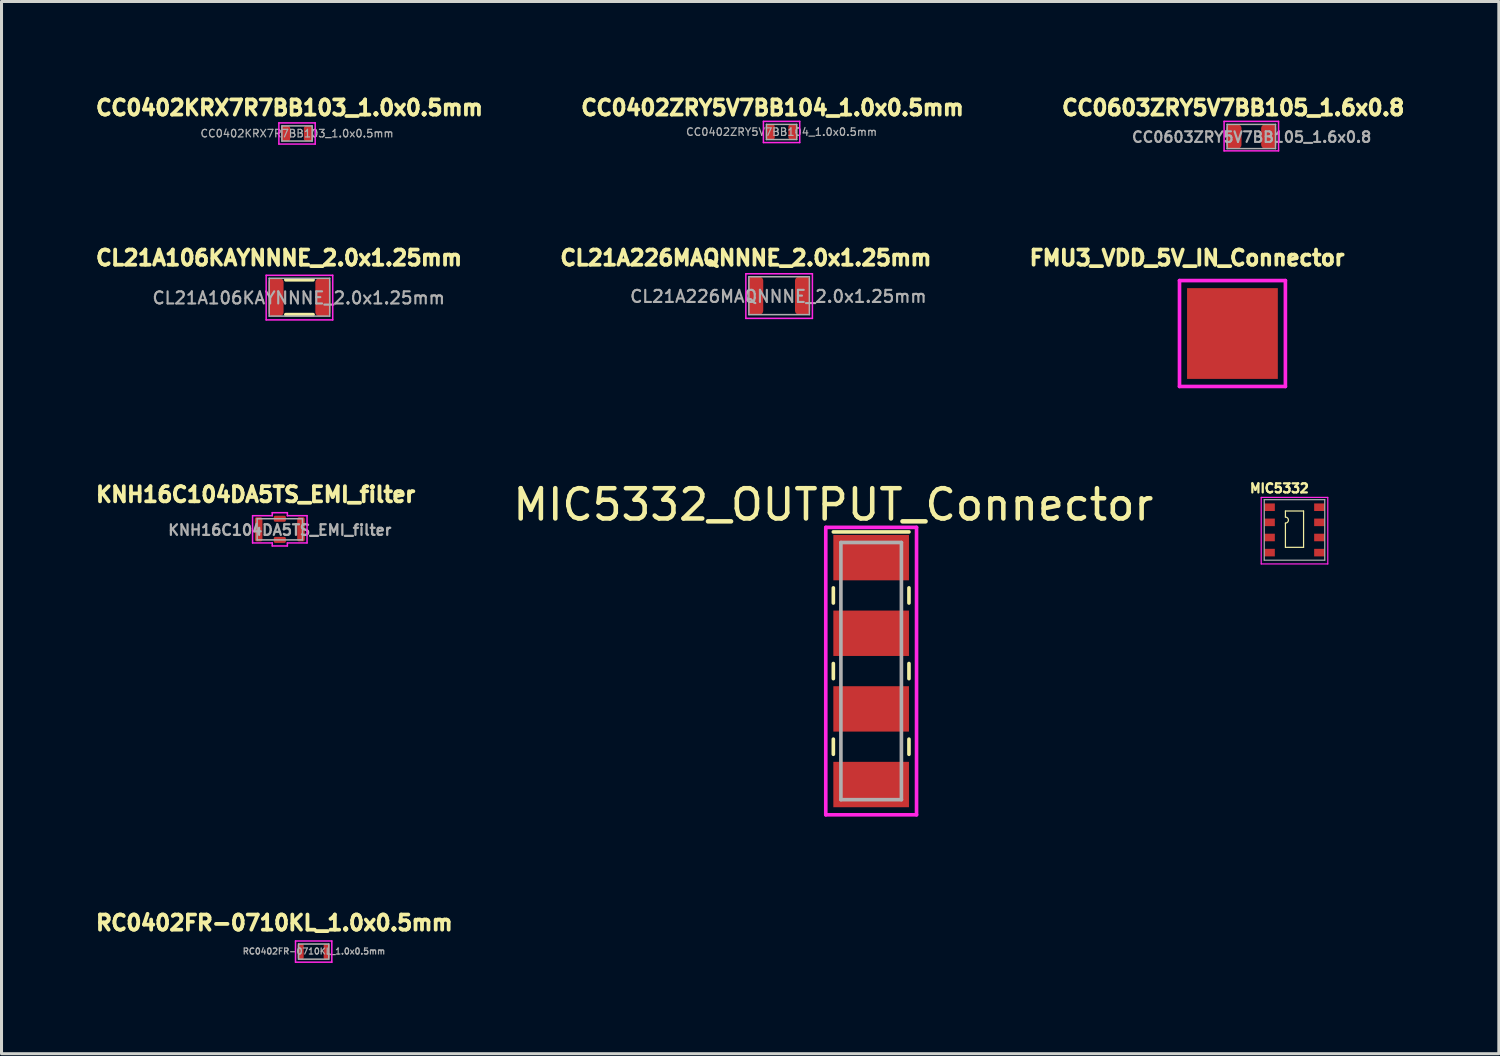
<source format=kicad_pcb>
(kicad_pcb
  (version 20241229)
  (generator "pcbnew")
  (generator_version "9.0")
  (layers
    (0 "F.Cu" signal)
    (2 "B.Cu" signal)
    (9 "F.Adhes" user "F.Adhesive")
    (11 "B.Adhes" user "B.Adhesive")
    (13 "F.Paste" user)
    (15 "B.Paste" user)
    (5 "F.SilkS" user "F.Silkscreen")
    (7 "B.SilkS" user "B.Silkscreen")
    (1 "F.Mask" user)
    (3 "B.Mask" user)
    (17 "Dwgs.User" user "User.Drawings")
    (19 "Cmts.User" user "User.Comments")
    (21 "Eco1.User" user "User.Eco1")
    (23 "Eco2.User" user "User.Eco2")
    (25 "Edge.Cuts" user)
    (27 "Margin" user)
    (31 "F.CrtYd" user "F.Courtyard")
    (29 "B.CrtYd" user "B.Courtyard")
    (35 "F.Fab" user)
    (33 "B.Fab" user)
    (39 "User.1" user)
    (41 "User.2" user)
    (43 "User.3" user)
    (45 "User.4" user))
  (footprint "CL21A226MAQNNNE_2.0x1.25mm"
    (layer "F.Cu")
    (at 21.603 5.999)
    (property "Reference" "CL21A226MAQNNNE_2.0x1.25mm" (at 0 -0.525 0) (layer "F.SilkS") (effects (font (size 0.5 0.5) (thickness 0.125))))
    (attr through_hole)
    (fp_line (start 0 0) (end 0 1.475) (stroke (width 0.05) (type solid)) (layer "F.CrtYd"))
    (fp_line (start 0 1.475) (end 2.2 1.475) (stroke (width 0.05) (type solid)) (layer "F.CrtYd"))
    (fp_line (start 2.2 0) (end 0 0) (stroke (width 0.05) (type solid)) (layer "F.CrtYd"))
    (fp_line (start 2.2 1.475) (end 2.2 0) (stroke (width 0.05) (type solid)) (layer "F.CrtYd"))
    (fp_line (start 0.1 0.1) (end 0.1 1.35) (stroke (width 0.05) (type solid)) (layer "F.Fab"))
    (fp_line (start 0.1 0.1) (end 2.1 0.1) (stroke (width 0.05) (type solid)) (layer "F.Fab"))
    (fp_line (start 0.1 1.35) (end 2.1 1.35) (stroke (width 0.05) (type solid)) (layer "F.Fab"))
    (fp_line (start 2.1 0.1) (end 2.1 1.35) (stroke (width 0.05) (type solid)) (layer "F.Fab"))
    (fp_text user "${REFERENCE}" (at 1.075 0.75 0) (layer "F.Fab") (effects (font (size 0.4 0.4) (thickness 0.07))))
    (pad "1" smd roundrect (at 0.325 0.725) (size 0.5 1.25) (layers "F.Cu" "F.Mask" "F.Paste") (roundrect_rratio 0.25))
    (pad "2" smd roundrect (at 1.875 0.725) (size 0.5 1.25) (layers "F.Cu" "F.Mask" "F.Paste") (roundrect_rratio 0.25)))
  (footprint "KNH16C104DA5TS_EMI_filter"
    (layer "F.Cu")
    (at 5.449 14.096)
    (property "Reference" "KNH16C104DA5TS_EMI_filter" (at -0.05 -0.8 0) (layer "F.SilkS") (effects (font (size 0.5 0.5) (thickness 0.125))))
    (attr through_hole)
    (fp_line (start -0.15 -0.1) (end -0.15 0.8) (stroke (width 0.05) (type solid)) (layer "F.CrtYd"))
    (fp_line (start -0.15 -0.1) (end 0.5 -0.1) (stroke (width 0.05) (type solid)) (layer "F.CrtYd"))
    (fp_line (start 0.5 -0.2) (end 0.5 -0.1) (stroke (width 0.05) (type solid)) (layer "F.CrtYd"))
    (fp_line (start 0.5 0.8) (end -0.15 0.8) (stroke (width 0.05) (type solid)) (layer "F.CrtYd"))
    (fp_line (start 0.5 0.8) (end 0.5 0.9) (stroke (width 0.05) (type solid)) (layer "F.CrtYd"))
    (fp_line (start 0.5 0.9) (end 1 0.9) (stroke (width 0.05) (type solid)) (layer "F.CrtYd"))
    (fp_line (start 1 -0.2) (end 0.5 -0.2) (stroke (width 0.05) (type solid)) (layer "F.CrtYd"))
    (fp_line (start 1 -0.1) (end 1 -0.2) (stroke (width 0.05) (type solid)) (layer "F.CrtYd"))
    (fp_line (start 1 -0.1) (end 1.65 -0.1) (stroke (width 0.05) (type solid)) (layer "F.CrtYd"))
    (fp_line (start 1 0.9) (end 1 0.8) (stroke (width 0.05) (type solid)) (layer "F.CrtYd"))
    (fp_line (start 1.65 0.8) (end 1 0.8) (stroke (width 0.05) (type solid)) (layer "F.CrtYd"))
    (fp_line (start 1.65 0.8) (end 1.65 -0.1) (stroke (width 0.05) (type solid)) (layer "F.CrtYd"))
    (fp_line (start 0 0) (end 0 0.7) (stroke (width 0.05) (type solid)) (layer "F.Fab"))
    (fp_line (start 0 0) (end 1.5 0) (stroke (width 0.05) (type solid)) (layer "F.Fab"))
    (fp_line (start 0 0.7) (end 1.5 0.7) (stroke (width 0.05) (type solid)) (layer "F.Fab"))
    (fp_line (start 1.5 0.7) (end 1.5 0) (stroke (width 0.05) (type solid)) (layer "F.Fab"))
    (fp_text user "${REFERENCE}" (at 0.75 0.375 0) (layer "F.Fab") (effects (font (size 0.35 0.35) (thickness 0.075))))
    (pad "1" smd roundrect (at 0.05 0.35) (size 0.25 0.8) (layers "F.Cu" "F.Mask" "F.Paste") (roundrect_rratio 0.24))
    (pad "2" smd roundrect (at 0.75 0.7) (size 0.4 0.2) (layers "F.Cu" "F.Mask" "F.Paste") (roundrect_rratio 0.25))
    (pad "3" smd roundrect (at 1.45 0.35) (size 0.25 0.8) (layers "F.Cu" "F.Mask" "F.Paste") (roundrect_rratio 0.24))
    (pad "4" smd roundrect (at 0.75 0) (size 0.4 0.2) (layers "F.Cu" "F.Mask" "F.Paste") (roundrect_rratio 0.25)))
  (footprint "CC0603ZRY5V7BB105_1.6x0.8"
    (layer "F.Cu")
    (at 37.511 1.062)
    (property "Reference" "CC0603ZRY5V7BB105_1.6x0.8" (at 0.2 -0.55 0) (layer "F.SilkS") (effects (font (size 0.5 0.5) (thickness 0.125))))
    (attr through_hole)
    (fp_line (start -0.1 -0.1) (end -0.1 0.875) (stroke (width 0.05) (type solid)) (layer "F.CrtYd"))
    (fp_line (start -0.1 0.875) (end 1.7 0.875) (stroke (width 0.05) (type solid)) (layer "F.CrtYd"))
    (fp_line (start 1.7 -0.1) (end -0.1 -0.1) (stroke (width 0.05) (type solid)) (layer "F.CrtYd"))
    (fp_line (start 1.7 0.875) (end 1.7 -0.1) (stroke (width 0.05) (type solid)) (layer "F.CrtYd"))
    (fp_line (start 0 0) (end 0 0.8) (stroke (width 0.05) (type solid)) (layer "F.Fab"))
    (fp_line (start 0 0) (end 1.6 0) (stroke (width 0.05) (type solid)) (layer "F.Fab"))
    (fp_line (start 0 0.8) (end 1.6 0.8) (stroke (width 0.05) (type solid)) (layer "F.Fab"))
    (fp_line (start 1.6 0.8) (end 1.6 0) (stroke (width 0.05) (type solid)) (layer "F.Fab"))
    (fp_text user "${REFERENCE}" (at 0.81 0.42 0) (layer "F.Fab") (effects (font (size 0.35 0.35) (thickness 0.07))))
    (pad "1" smd roundrect (at 0.225 0.4) (size 0.5 0.8) (layers "F.Cu" "F.Mask" "F.Paste") (roundrect_rratio 0.25))
    (pad "2" smd roundrect (at 1.375 0.4) (size 0.5 0.8) (layers "F.Cu" "F.Mask" "F.Paste") (roundrect_rratio 0.25)))
  (footprint "CC0402ZRY5V7BB104_1.0x0.5mm"
    (layer "F.Cu")
    (at 22.284 1.062)
    (property "Reference" "CC0402ZRY5V7BB104_1.0x0.5mm" (at 0.2 -0.55 0) (layer "F.SilkS") (effects (font (size 0.5 0.5) (thickness 0.125))))
    (attr through_hole)
    (fp_line (start -0.1 -0.1) (end -0.1 0.6) (stroke (width 0.05) (type solid)) (layer "F.CrtYd"))
    (fp_line (start -0.1 0.6) (end 1.1 0.6) (stroke (width 0.05) (type solid)) (layer "F.CrtYd"))
    (fp_line (start 1.1 -0.1) (end -0.1 -0.1) (stroke (width 0.05) (type solid)) (layer "F.CrtYd"))
    (fp_line (start 1.1 0.6) (end 1.1 -0.1) (stroke (width 0.05) (type solid)) (layer "F.CrtYd"))
    (fp_line (start 0 0) (end 0 0.5) (stroke (width 0.05) (type solid)) (layer "F.Fab"))
    (fp_line (start 0 0) (end 1 0) (stroke (width 0.05) (type solid)) (layer "F.Fab"))
    (fp_line (start 1 0) (end 1 0.5) (stroke (width 0.05) (type solid)) (layer "F.Fab"))
    (fp_line (start 1 0.5) (end 0 0.5) (stroke (width 0.05) (type solid)) (layer "F.Fab"))
    (fp_text user "${REFERENCE}" (at 0.5 0.25 0) (layer "F.Fab") (effects (font (size 0.25 0.25) (thickness 0.04))))
    (pad "1" smd roundrect (at 0.125 0.25) (size 0.3 0.5) (layers "F.Cu" "F.Mask" "F.Paste") (roundrect_rratio 0.25))
    (pad "2" smd roundrect (at 0.875 0.25) (size 0.3 0.5) (layers "F.Cu" "F.Mask" "F.Paste") (roundrect_rratio 0.25)))
  (footprint "MIC5332"
    (layer "F.Cu")
    (at 38.738 13.591)
    (property "Reference" "MIC5332" (at 0.5 -0.5 0) (layer "F.SilkS") (effects (font (size 0.3 0.3) (thickness 0.075))))
    (attr through_hole)
    (fp_line (start 0.7 0.25) (end 0.7 0.45) (stroke (width 0.04) (type solid)) (layer "F.SilkS"))
    (fp_line (start 0.7 0.65) (end 0.7 1.45) (stroke (width 0.04) (type solid)) (layer "F.SilkS"))
    (fp_line (start 0.7 1.45) (end 1.3 1.45) (stroke (width 0.04) (type solid)) (layer "F.SilkS"))
    (fp_line (start 1.3 0.25) (end 0.7 0.25) (stroke (width 0.04) (type solid)) (layer "F.SilkS"))
    (fp_line (start 1.3 1.45) (end 1.3 0.25) (stroke (width 0.04) (type solid)) (layer "F.SilkS"))
    (fp_arc (start 0.7 0.45) (mid 0.8 0.55) (end 0.7 0.65) (stroke (width 0.04) (type solid)) (layer "F.SilkS"))
    (fp_line (start -0.1 -0.2) (end -0.1 2) (stroke (width 0.04) (type solid)) (layer "F.CrtYd"))
    (fp_line (start -0.1 2) (end 2.1 2) (stroke (width 0.04) (type solid)) (layer "F.CrtYd"))
    (fp_line (start 2.1 -0.2) (end -0.1 -0.2) (stroke (width 0.04) (type solid)) (layer "F.CrtYd"))
    (fp_line (start 2.1 2) (end 2.1 -0.2) (stroke (width 0.04) (type solid)) (layer "F.CrtYd"))
    (fp_line (start 0 -0.125) (end 2 -0.125) (stroke (width 0.04) (type solid)) (layer "F.Fab"))
    (fp_line (start 0 1.875) (end 0 -0.125) (stroke (width 0.04) (type solid)) (layer "F.Fab"))
    (fp_line (start 2 -0.125) (end 2 1.875) (stroke (width 0.04) (type solid)) (layer "F.Fab"))
    (fp_line (start 2 1.875) (end 0 1.875) (stroke (width 0.04) (type solid)) (layer "F.Fab"))
    (pad "1" smd trapezoid (at 0.175 0.125 270) (size 0.25 0.35) (layers "F.Cu" "F.Mask" "F.Paste"))
    (pad "2" smd trapezoid (at 0.175 0.625 90) (size 0.25 0.35) (layers "F.Cu" "F.Mask" "F.Paste"))
    (pad "3" smd trapezoid (at 0.175 1.125 90) (size 0.25 0.35) (layers "F.Cu" "F.Mask" "F.Paste"))
    (pad "4" smd trapezoid (at 0.175 1.625 90) (size 0.25 0.35) (layers "F.Cu" "F.Mask" "F.Paste"))
    (pad "5" smd trapezoid (at 1.825 1.625 90) (size 0.25 0.35) (layers "F.Cu" "F.Mask" "F.Paste"))
    (pad "6" smd trapezoid (at 1.825 1.125 90) (size 0.25 0.35) (layers "F.Cu" "F.Mask" "F.Paste"))
    (pad "7" smd trapezoid (at 1.825 0.625 90) (size 0.25 0.35) (layers "F.Cu" "F.Mask" "F.Paste"))
    (pad "8" smd trapezoid (at 1.825 0.125 90) (size 0.25 0.35) (layers "F.Cu" "F.Mask" "F.Paste")))
  (footprint "CL21A106KAYNNNE_2.0x1.25mm"
    (layer "F.Cu")
    (at 5.848 6.149)
    (property "Reference" "CL21A106KAYNNNE_2.0x1.25mm" (at 0.325 -0.675 0) (layer "F.SilkS") (effects (font (size 0.5 0.5) (thickness 0.125))))
    (attr through_hole)
    (fp_line (start 0.55 0.05) (end 1.45 0.05) (stroke (width 0.12) (type solid)) (layer "F.SilkS"))
    (fp_line (start 1.45 1.2) (end 0.55 1.2) (stroke (width 0.12) (type solid)) (layer "F.SilkS"))
    (fp_line (start -0.1 -0.1) (end -0.1 1.375) (stroke (width 0.05) (type solid)) (layer "F.CrtYd"))
    (fp_line (start -0.1 1.375) (end 2.1 1.375) (stroke (width 0.05) (type solid)) (layer "F.CrtYd"))
    (fp_line (start 2.1 -0.1) (end -0.1 -0.1) (stroke (width 0.05) (type solid)) (layer "F.CrtYd"))
    (fp_line (start 2.1 1.375) (end 2.1 -0.1) (stroke (width 0.05) (type solid)) (layer "F.CrtYd"))
    (fp_line (start 0 0) (end 0 1.25) (stroke (width 0.05) (type solid)) (layer "F.Fab"))
    (fp_line (start 0 0) (end 2 0) (stroke (width 0.05) (type solid)) (layer "F.Fab"))
    (fp_line (start 0 1.25) (end 2 1.25) (stroke (width 0.05) (type solid)) (layer "F.Fab"))
    (fp_line (start 2 0) (end 2 1.25) (stroke (width 0.05) (type solid)) (layer "F.Fab"))
    (fp_text user "${REFERENCE}" (at 0.975 0.65 0) (layer "F.Fab") (effects (font (size 0.4 0.4) (thickness 0.07))))
    (pad "1" smd roundrect (at 0.225 0.625) (size 0.5 1.25) (layers "F.Cu" "F.Mask" "F.Paste") (roundrect_rratio 0.25))
    (pad "2" smd roundrect (at 1.775 0.625) (size 0.5 1.25) (layers "F.Cu" "F.Mask" "F.Paste") (roundrect_rratio 0.25)))
  (footprint "FMU3_VDD_5V_IN_Connector"
    (layer "F.Cu")
    (at 36.187 6.474)
    (property "Reference" "FMU3_VDD_5V_IN_Connector" (at 0 -1 0) (layer "F.SilkS") (effects (font (size 0.5 0.5) (thickness 0.125))))
    (attr through_hole)
    (fp_line (start -0.25 -0.25) (end -0.25 3.25) (stroke (width 0.12) (type solid)) (layer "F.CrtYd"))
    (fp_line (start -0.25 3.25) (end 3.25 3.25) (stroke (width 0.12) (type solid)) (layer "F.CrtYd"))
    (fp_line (start 3.25 -0.25) (end -0.25 -0.25) (stroke (width 0.12) (type solid)) (layer "F.CrtYd"))
    (fp_line (start 3.25 3.25) (end 3.25 -0.25) (stroke (width 0.12) (type solid)) (layer "F.CrtYd"))
    (pad "1" smd rect (at 1.5 1.5) (size 3 3) (layers "F.Cu" "F.Mask" "F.Paste")))
  (footprint "CC0402KRX7R7BB103_1.0x0.5mm"
    (layer "F.Cu")
    (at 6.168 1.012)
    (property "Reference" "CC0402KRX7R7BB103_1.0x0.5mm" (at 0.35 -0.5 0) (layer "F.SilkS") (effects (font (size 0.5 0.5) (thickness 0.125))))
    (attr through_hole)
    (fp_line (start 0 0) (end 0 0.7) (stroke (width 0.05) (type solid)) (layer "F.CrtYd"))
    (fp_line (start 0 0.7) (end 1.2 0.7) (stroke (width 0.05) (type solid)) (layer "F.CrtYd"))
    (fp_line (start 1.2 0) (end 0 0) (stroke (width 0.05) (type solid)) (layer "F.CrtYd"))
    (fp_line (start 1.2 0.7) (end 1.2 0) (stroke (width 0.05) (type solid)) (layer "F.CrtYd"))
    (fp_line (start 0.1 0.1) (end 0.1 0.6) (stroke (width 0.05) (type solid)) (layer "F.Fab"))
    (fp_line (start 0.1 0.1) (end 1.1 0.1) (stroke (width 0.05) (type solid)) (layer "F.Fab"))
    (fp_line (start 1.1 0.1) (end 1.1 0.6) (stroke (width 0.05) (type solid)) (layer "F.Fab"))
    (fp_line (start 1.1 0.6) (end 0.1 0.6) (stroke (width 0.05) (type solid)) (layer "F.Fab"))
    (fp_text user "${REFERENCE}" (at 0.6 0.35 0) (layer "F.Fab") (effects (font (size 0.25 0.25) (thickness 0.04))))
    (pad "1" smd roundrect (at 0.225 0.35) (size 0.3 0.5) (layers "F.Cu" "F.Mask" "F.Paste") (roundrect_rratio 0.25))
    (pad "2" smd roundrect (at 0.975 0.35) (size 0.3 0.5) (layers "F.Cu" "F.Mask" "F.Paste") (roundrect_rratio 0.25)))
  (footprint "MIC5332_OUTPUT_Connector"
    (layer "F.Cu")
    (at 25.745 17.882)
    (property "Reference" "MIC5332_OUTPUT_Connector" (at -1.25 -4.25 0) (layer "F.SilkS") (effects (font (size 1 1) (thickness 0.15))))
    (attr through_hole)
    (fp_line (start -1.25 -3.35) (end 1.25 -3.35) (stroke (width 0.12) (type solid)) (layer "F.SilkS"))
    (fp_line (start -1.25 -1.5) (end -1.25 -1) (stroke (width 0.12) (type solid)) (layer "F.SilkS"))
    (fp_line (start -1.25 1) (end -1.25 1.5) (stroke (width 0.12) (type solid)) (layer "F.SilkS"))
    (fp_line (start -1.25 3.5) (end -1.25 4) (stroke (width 0.12) (type solid)) (layer "F.SilkS"))
    (fp_line (start 1.25 -1.5) (end 1.25 -1) (stroke (width 0.12) (type solid)) (layer "F.SilkS"))
    (fp_line (start 1.25 1) (end 1.25 1.5) (stroke (width 0.12) (type solid)) (layer "F.SilkS"))
    (fp_line (start 1.25 3.5) (end 1.25 4) (stroke (width 0.12) (type solid)) (layer "F.SilkS"))
    (fp_line (start -1.5 -3.5) (end -1.5 6) (stroke (width 0.12) (type solid)) (layer "F.CrtYd"))
    (fp_line (start -1.5 6) (end 1.5 6) (stroke (width 0.12) (type solid)) (layer "F.CrtYd"))
    (fp_line (start 1.5 -3.5) (end -1.5 -3.5) (stroke (width 0.12) (type solid)) (layer "F.CrtYd"))
    (fp_line (start 1.5 6) (end 1.5 -3.5) (stroke (width 0.12) (type solid)) (layer "F.CrtYd"))
    (fp_line (start -1 -3) (end -1 5.5) (stroke (width 0.12) (type solid)) (layer "F.Fab"))
    (fp_line (start -1 5.5) (end 1 5.5) (stroke (width 0.12) (type solid)) (layer "F.Fab"))
    (fp_line (start 1 -3) (end -1 -3) (stroke (width 0.12) (type solid)) (layer "F.Fab"))
    (fp_line (start 1 5.5) (end 1 -3) (stroke (width 0.12) (type solid)) (layer "F.Fab"))
    (pad "1" smd rect (at 0 -2.5) (size 2.5 1.5) (layers "F.Cu" "F.Mask" "F.Paste"))
    (pad "2" smd rect (at 0 0) (size 2.5 1.5) (layers "F.Cu" "F.Mask" "F.Paste"))
    (pad "3" smd rect (at 0 2.5) (size 2.5 1.5) (layers "F.Cu" "F.Mask" "F.Paste"))
    (pad "4" smd rect (at 0 5) (size 2.5 1.5) (layers "F.Cu" "F.Mask" "F.Paste")))
  (footprint "RC0402FR-0710KL_1.0x0.5mm"
    (layer "F.Cu")
    (at 6.818 28.154)
    (property "Reference" "RC0402FR-0710KL_1.0x0.5mm" (at -0.8 -0.7 0) (layer "F.SilkS") (effects (font (size 0.5 0.5) (thickness 0.125))))
    (attr through_hole)
    (fp_line (start -0.1 -0.1) (end -0.1 0.6) (stroke (width 0.05) (type solid)) (layer "F.CrtYd"))
    (fp_line (start -0.1 0.6) (end 1.1 0.6) (stroke (width 0.05) (type solid)) (layer "F.CrtYd"))
    (fp_line (start 1.1 -0.1) (end -0.1 -0.1) (stroke (width 0.05) (type solid)) (layer "F.CrtYd"))
    (fp_line (start 1.1 0.6) (end 1.1 -0.1) (stroke (width 0.05) (type solid)) (layer "F.CrtYd"))
    (fp_line (start 0 0) (end 0 0.5) (stroke (width 0.05) (type solid)) (layer "F.Fab"))
    (fp_line (start 0 0) (end 1 0) (stroke (width 0.05) (type solid)) (layer "F.Fab"))
    (fp_line (start 1 0) (end 1 0.5) (stroke (width 0.05) (type solid)) (layer "F.Fab"))
    (fp_line (start 1 0.5) (end 0 0.5) (stroke (width 0.05) (type solid)) (layer "F.Fab"))
    (fp_text user "${REFERENCE}" (at 0.51 0.24 0) (layer "F.Fab") (effects (font (size 0.2 0.2) (thickness 0.04))))
    (pad "1" smd roundrect (at 0.07 0.25) (size 0.2 0.5) (layers "F.Cu" "F.Mask" "F.Paste") (roundrect_rratio 0.25))
    (pad "2" smd roundrect (at 0.93 0.25) (size 0.2 0.5) (layers "F.Cu" "F.Mask" "F.Paste") (roundrect_rratio 0.25)))
  (gr_rect
    (start -3 -3)
    (end 46.492 31.779)
    (stroke (width 0.1) (type default))
    (fill no)
    (layer "Edge.Cuts")))
</source>
